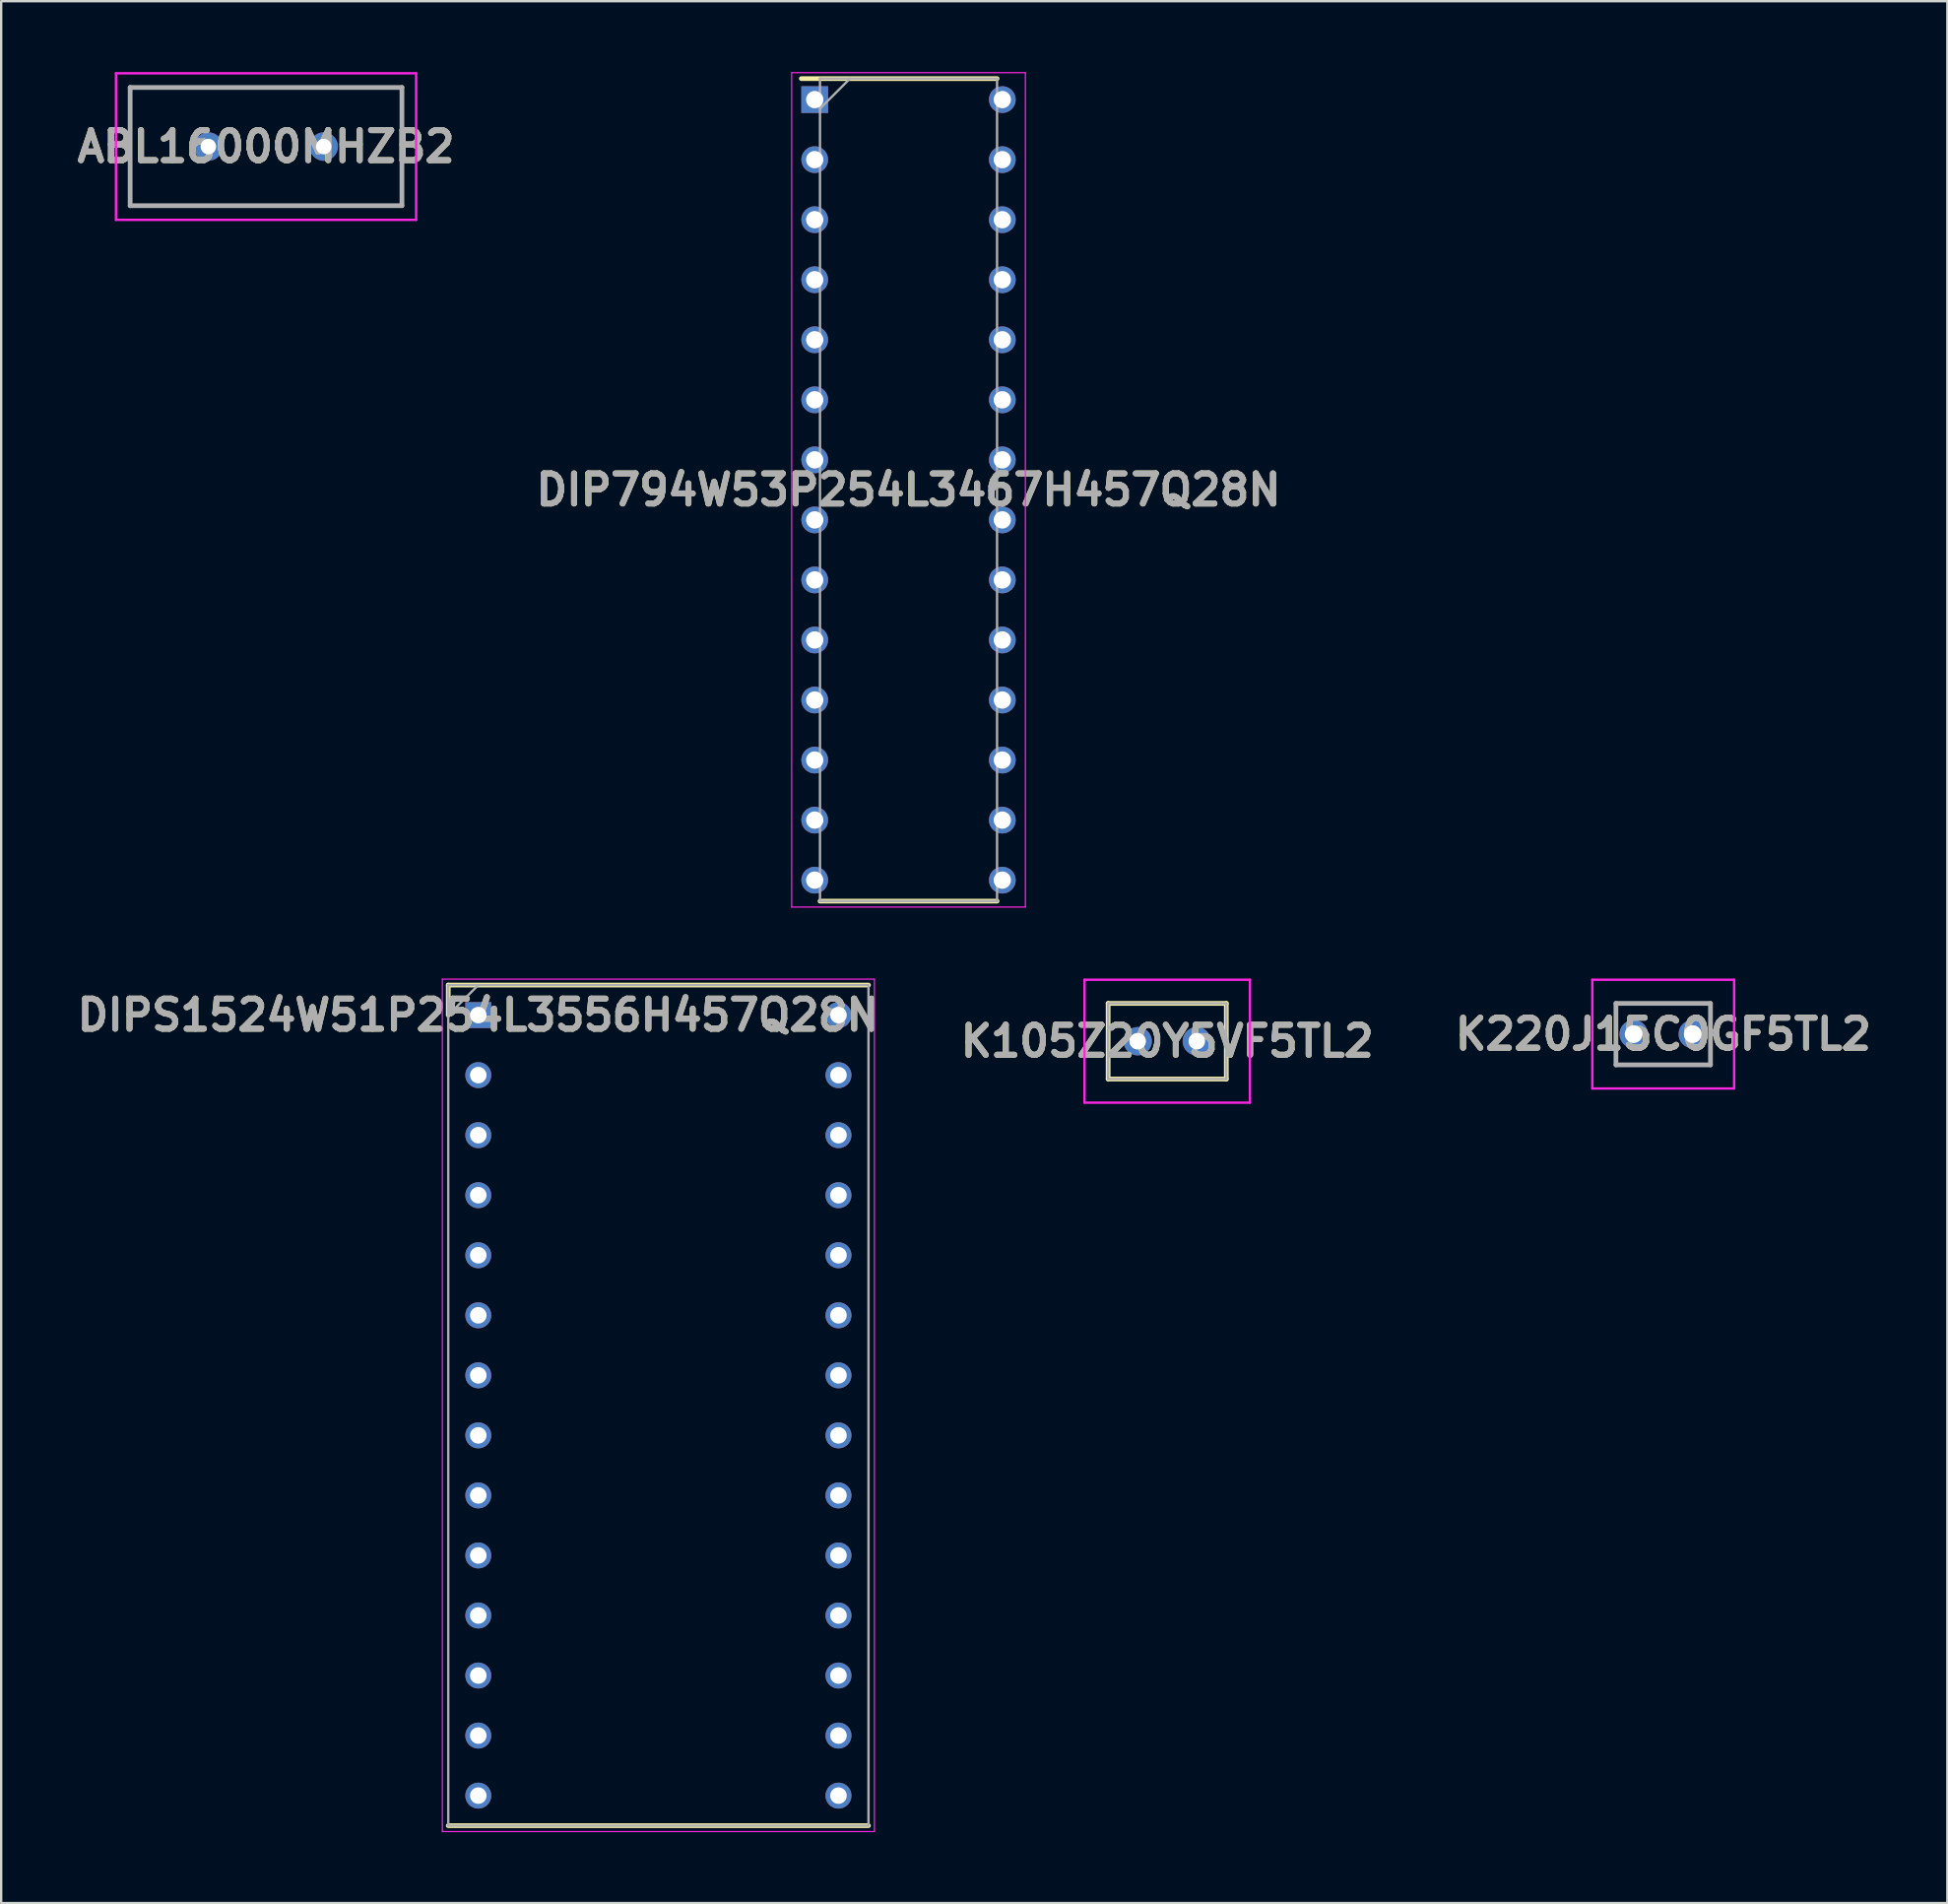
<source format=kicad_pcb>
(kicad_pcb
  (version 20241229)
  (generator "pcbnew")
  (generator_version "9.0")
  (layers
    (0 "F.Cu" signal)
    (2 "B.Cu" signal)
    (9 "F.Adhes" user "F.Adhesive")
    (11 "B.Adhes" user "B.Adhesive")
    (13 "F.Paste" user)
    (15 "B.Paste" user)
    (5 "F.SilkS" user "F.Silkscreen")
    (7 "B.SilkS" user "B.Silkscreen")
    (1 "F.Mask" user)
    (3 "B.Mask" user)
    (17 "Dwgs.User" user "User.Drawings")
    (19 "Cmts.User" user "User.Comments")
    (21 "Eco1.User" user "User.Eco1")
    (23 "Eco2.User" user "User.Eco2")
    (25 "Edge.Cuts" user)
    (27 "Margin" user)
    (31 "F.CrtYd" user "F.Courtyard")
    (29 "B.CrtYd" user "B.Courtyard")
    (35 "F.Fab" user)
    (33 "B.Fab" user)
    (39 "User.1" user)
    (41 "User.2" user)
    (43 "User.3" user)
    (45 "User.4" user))
  (footprint "DIP794W53P254L3467H457Q28N"
    (layer "F.Cu")
    (at 35.391 17.674)
    (property "Reference" "DIP794W53P254L3467H457Q28N" (at 0 0 0) (layer "F.SilkS") (effects (font (size 1.27 1.27) (thickness 0.254))))
    (attr through_hole)
    (fp_line (start -4.535 -17.399) (end 3.746 -17.399) (stroke (width 0.2) (type solid)) (layer "F.SilkS"))
    (fp_line (start -3.746 17.399) (end 3.746 17.399) (stroke (width 0.2) (type solid)) (layer "F.SilkS"))
    (fp_line (start -4.944 -17.649) (end 4.944 -17.649) (stroke (width 0.05) (type solid)) (layer "F.CrtYd"))
    (fp_line (start -4.944 17.649) (end -4.944 -17.649) (stroke (width 0.05) (type solid)) (layer "F.CrtYd"))
    (fp_line (start 4.944 -17.649) (end 4.944 17.649) (stroke (width 0.05) (type solid)) (layer "F.CrtYd"))
    (fp_line (start 4.944 17.649) (end -4.944 17.649) (stroke (width 0.05) (type solid)) (layer "F.CrtYd"))
    (fp_line (start -3.746 -17.399) (end 3.746 -17.399) (stroke (width 0.1) (type solid)) (layer "F.Fab"))
    (fp_line (start -3.746 -16.129) (end -2.476 -17.399) (stroke (width 0.1) (type solid)) (layer "F.Fab"))
    (fp_line (start -3.746 17.399) (end -3.746 -17.399) (stroke (width 0.1) (type solid)) (layer "F.Fab"))
    (fp_line (start 3.746 -17.399) (end 3.746 17.399) (stroke (width 0.1) (type solid)) (layer "F.Fab"))
    (fp_line (start 3.746 17.399) (end -3.746 17.399) (stroke (width 0.1) (type solid)) (layer "F.Fab"))
    (fp_text user "${REFERENCE}" (at 0 0 0) (layer "F.Fab") (effects (font (size 1.27 1.27) (thickness 0.254))))
    (pad "1" thru_hole rect (at -3.969 -16.51) (size 1.133 1.133) (drill 0.733) (layers "*.Cu" "*.Mask"))
    (pad "2" thru_hole circle (at -3.969 -13.97) (size 1.133 1.133) (drill 0.733) (layers "*.Cu" "*.Mask"))
    (pad "3" thru_hole circle (at -3.969 -11.43) (size 1.133 1.133) (drill 0.733) (layers "*.Cu" "*.Mask"))
    (pad "4" thru_hole circle (at -3.969 -8.89) (size 1.133 1.133) (drill 0.733) (layers "*.Cu" "*.Mask"))
    (pad "5" thru_hole circle (at -3.969 -6.35) (size 1.133 1.133) (drill 0.733) (layers "*.Cu" "*.Mask"))
    (pad "6" thru_hole circle (at -3.969 -3.81) (size 1.133 1.133) (drill 0.733) (layers "*.Cu" "*.Mask"))
    (pad "7" thru_hole circle (at -3.969 -1.27) (size 1.133 1.133) (drill 0.733) (layers "*.Cu" "*.Mask"))
    (pad "8" thru_hole circle (at -3.969 1.27) (size 1.133 1.133) (drill 0.733) (layers "*.Cu" "*.Mask"))
    (pad "9" thru_hole circle (at -3.969 3.81) (size 1.133 1.133) (drill 0.733) (layers "*.Cu" "*.Mask"))
    (pad "10" thru_hole circle (at -3.969 6.35) (size 1.133 1.133) (drill 0.733) (layers "*.Cu" "*.Mask"))
    (pad "11" thru_hole circle (at -3.969 8.89) (size 1.133 1.133) (drill 0.733) (layers "*.Cu" "*.Mask"))
    (pad "12" thru_hole circle (at -3.969 11.43) (size 1.133 1.133) (drill 0.733) (layers "*.Cu" "*.Mask"))
    (pad "13" thru_hole circle (at -3.969 13.97) (size 1.133 1.133) (drill 0.733) (layers "*.Cu" "*.Mask"))
    (pad "14" thru_hole circle (at -3.969 16.51) (size 1.133 1.133) (drill 0.733) (layers "*.Cu" "*.Mask"))
    (pad "15" thru_hole circle (at 3.969 16.51) (size 1.133 1.133) (drill 0.733) (layers "*.Cu" "*.Mask"))
    (pad "16" thru_hole circle (at 3.969 13.97) (size 1.133 1.133) (drill 0.733) (layers "*.Cu" "*.Mask"))
    (pad "17" thru_hole circle (at 3.969 11.43) (size 1.133 1.133) (drill 0.733) (layers "*.Cu" "*.Mask"))
    (pad "18" thru_hole circle (at 3.969 8.89) (size 1.133 1.133) (drill 0.733) (layers "*.Cu" "*.Mask"))
    (pad "19" thru_hole circle (at 3.969 6.35) (size 1.133 1.133) (drill 0.733) (layers "*.Cu" "*.Mask"))
    (pad "20" thru_hole circle (at 3.969 3.81) (size 1.133 1.133) (drill 0.733) (layers "*.Cu" "*.Mask"))
    (pad "21" thru_hole circle (at 3.969 1.27) (size 1.133 1.133) (drill 0.733) (layers "*.Cu" "*.Mask"))
    (pad "22" thru_hole circle (at 3.969 -1.27) (size 1.133 1.133) (drill 0.733) (layers "*.Cu" "*.Mask"))
    (pad "23" thru_hole circle (at 3.969 -3.81) (size 1.133 1.133) (drill 0.733) (layers "*.Cu" "*.Mask"))
    (pad "24" thru_hole circle (at 3.969 -6.35) (size 1.133 1.133) (drill 0.733) (layers "*.Cu" "*.Mask"))
    (pad "25" thru_hole circle (at 3.969 -8.89) (size 1.133 1.133) (drill 0.733) (layers "*.Cu" "*.Mask"))
    (pad "26" thru_hole circle (at 3.969 -11.43) (size 1.133 1.133) (drill 0.733) (layers "*.Cu" "*.Mask"))
    (pad "27" thru_hole circle (at 3.969 -13.97) (size 1.133 1.133) (drill 0.733) (layers "*.Cu" "*.Mask"))
    (pad "28" thru_hole circle (at 3.969 -16.51) (size 1.133 1.133) (drill 0.733) (layers "*.Cu" "*.Mask")))
  (footprint "K105Z20Y5VF5TL2"
    (layer "F.Cu")
    (at 45.087 40.998)
    (property "Reference" "K105Z20Y5VF5TL2" (at 1.25 0 0) (layer "F.SilkS") (effects (font (size 1.27 1.27) (thickness 0.254))))
    (attr through_hole)
    (fp_line (start -1.25 -1.6) (end 3.75 -1.6) (stroke (width 0.2) (type solid)) (layer "F.SilkS"))
    (fp_line (start -1.25 1.6) (end -1.25 -1.6) (stroke (width 0.2) (type solid)) (layer "F.SilkS"))
    (fp_line (start 3.75 -1.6) (end 3.75 1.6) (stroke (width 0.2) (type solid)) (layer "F.SilkS"))
    (fp_line (start 3.75 1.6) (end -1.25 1.6) (stroke (width 0.2) (type solid)) (layer "F.SilkS"))
    (fp_line (start -2.25 -2.6) (end 4.75 -2.6) (stroke (width 0.1) (type solid)) (layer "F.CrtYd"))
    (fp_line (start -2.25 2.6) (end -2.25 -2.6) (stroke (width 0.1) (type solid)) (layer "F.CrtYd"))
    (fp_line (start 4.75 -2.6) (end 4.75 2.6) (stroke (width 0.1) (type solid)) (layer "F.CrtYd"))
    (fp_line (start 4.75 2.6) (end -2.25 2.6) (stroke (width 0.1) (type solid)) (layer "F.CrtYd"))
    (fp_line (start -1.25 -1.6) (end 3.75 -1.6) (stroke (width 0.1) (type solid)) (layer "F.Fab"))
    (fp_line (start -1.25 1.6) (end -1.25 -1.6) (stroke (width 0.1) (type solid)) (layer "F.Fab"))
    (fp_line (start 3.75 -1.6) (end 3.75 1.6) (stroke (width 0.1) (type solid)) (layer "F.Fab"))
    (fp_line (start 3.75 1.6) (end -1.25 1.6) (stroke (width 0.1) (type solid)) (layer "F.Fab"))
    (fp_text user "${REFERENCE}" (at 1.25 0 0) (layer "F.Fab") (effects (font (size 1.27 1.27) (thickness 0.254))))
    (pad "1" thru_hole circle (at 0 0) (size 1.2 1.2) (drill 0.7) (layers "*.Cu" "*.Mask"))
    (pad "2" thru_hole circle (at 2.5 0) (size 1.2 1.2) (drill 0.7) (layers "*.Cu" "*.Mask")))
  (footprint "ABL16000MHZB2"
    (layer "F.Cu")
    (at 5.767 3.15)
    (property "Reference" "ABL16000MHZB2" (at 2.44 0 0) (layer "F.SilkS") (effects (font (size 1.27 1.27) (thickness 0.254))))
    (attr through_hole)
    (fp_line (start -3.31 -2.5) (end -3.31 2.5) (stroke (width 0.1) (type solid)) (layer "F.SilkS"))
    (fp_line (start -3.31 2.5) (end 8.19 2.5) (stroke (width 0.1) (type solid)) (layer "F.SilkS"))
    (fp_line (start 8.19 -2.5) (end -3.31 -2.5) (stroke (width 0.1) (type solid)) (layer "F.SilkS"))
    (fp_line (start 8.19 2.5) (end 8.19 -2.5) (stroke (width 0.1) (type solid)) (layer "F.SilkS"))
    (fp_line (start -3.91 -3.1) (end 8.79 -3.1) (stroke (width 0.1) (type solid)) (layer "F.CrtYd"))
    (fp_line (start -3.91 3.1) (end -3.91 -3.1) (stroke (width 0.1) (type solid)) (layer "F.CrtYd"))
    (fp_line (start 8.79 -3.1) (end 8.79 3.1) (stroke (width 0.1) (type solid)) (layer "F.CrtYd"))
    (fp_line (start 8.79 3.1) (end -3.91 3.1) (stroke (width 0.1) (type solid)) (layer "F.CrtYd"))
    (fp_line (start -3.31 -2.5) (end -3.31 2.5) (stroke (width 0.2) (type solid)) (layer "F.Fab"))
    (fp_line (start -3.31 2.5) (end 8.19 2.5) (stroke (width 0.2) (type solid)) (layer "F.Fab"))
    (fp_line (start 8.19 -2.5) (end -3.31 -2.5) (stroke (width 0.2) (type solid)) (layer "F.Fab"))
    (fp_line (start 8.19 2.5) (end 8.19 -2.5) (stroke (width 0.2) (type solid)) (layer "F.Fab"))
    (fp_text user "${REFERENCE}" (at 2.44 0 0) (layer "F.Fab") (effects (font (size 1.27 1.27) (thickness 0.254))))
    (pad "1" thru_hole circle (at 0 0) (size 1.205 1.205) (drill 0.657) (layers "*.Cu" "*.Mask"))
    (pad "2" thru_hole circle (at 4.88 0) (size 1.205 1.205) (drill 0.657) (layers "*.Cu" "*.Mask")))
  (footprint "K220J15C0GF5TL2"
    (layer "F.Cu")
    (at 66.073 40.698)
    (property "Reference" "K220J15C0GF5TL2" (at 1.25 0 0) (layer "F.SilkS") (effects (font (size 1.27 1.27) (thickness 0.254))))
    (attr through_hole)
    (fp_line (start -0.75 -1.3) (end 3.25 -1.3) (stroke (width 0.1) (type solid)) (layer "F.SilkS"))
    (fp_line (start -0.75 -0.6) (end -0.75 -1.3) (stroke (width 0.1) (type solid)) (layer "F.SilkS"))
    (fp_line (start -0.75 0.6) (end -0.75 1.3) (stroke (width 0.1) (type solid)) (layer "F.SilkS"))
    (fp_line (start -0.75 1.3) (end 3.25 1.3) (stroke (width 0.1) (type solid)) (layer "F.SilkS"))
    (fp_line (start 3.25 -1.3) (end 3.25 -0.6) (stroke (width 0.1) (type solid)) (layer "F.SilkS"))
    (fp_line (start 3.25 1.3) (end 3.25 0.6) (stroke (width 0.1) (type solid)) (layer "F.SilkS"))
    (fp_line (start -1.75 -2.3) (end 4.25 -2.3) (stroke (width 0.1) (type solid)) (layer "F.CrtYd"))
    (fp_line (start -1.75 2.3) (end -1.75 -2.3) (stroke (width 0.1) (type solid)) (layer "F.CrtYd"))
    (fp_line (start 4.25 -2.3) (end 4.25 2.3) (stroke (width 0.1) (type solid)) (layer "F.CrtYd"))
    (fp_line (start 4.25 2.3) (end -1.75 2.3) (stroke (width 0.1) (type solid)) (layer "F.CrtYd"))
    (fp_line (start -0.75 -1.3) (end 3.25 -1.3) (stroke (width 0.2) (type solid)) (layer "F.Fab"))
    (fp_line (start -0.75 1.3) (end -0.75 -1.3) (stroke (width 0.2) (type solid)) (layer "F.Fab"))
    (fp_line (start 3.25 -1.3) (end 3.25 1.3) (stroke (width 0.2) (type solid)) (layer "F.Fab"))
    (fp_line (start 3.25 1.3) (end -0.75 1.3) (stroke (width 0.2) (type solid)) (layer "F.Fab"))
    (fp_text user "${REFERENCE}" (at 1.25 0 0) (layer "F.Fab") (effects (font (size 1.27 1.27) (thickness 0.254))))
    (pad "1" thru_hole circle (at 0 0) (size 1.2 1.2) (drill 0.75) (layers "*.Cu" "*.Mask"))
    (pad "2" thru_hole circle (at 2.5 0) (size 1.2 1.2) (drill 0.75) (layers "*.Cu" "*.Mask")))
  (footprint "DIPS1524W51P254L3556H457Q28N"
    (layer "F.Cu")
    (at 17.187 39.893)
    (property "Reference" "DIPS1524W51P254L3556H457Q28N" (at 0 0 0) (layer "F.SilkS") (effects (font (size 1.27 1.27) (thickness 0.254))))
    (attr through_hole)
    (fp_line (start -1.27 -1.27) (end -1.27 0) (stroke (width 0.2) (type solid)) (layer "F.SilkS"))
    (fp_line (start -1.27 34.29) (end 16.51 34.29) (stroke (width 0.2) (type solid)) (layer "F.SilkS"))
    (fp_line (start 16.51 -1.27) (end -1.27 -1.27) (stroke (width 0.2) (type solid)) (layer "F.SilkS"))
    (fp_line (start -1.52 -1.52) (end 16.76 -1.52) (stroke (width 0.05) (type solid)) (layer "F.CrtYd"))
    (fp_line (start -1.52 34.54) (end -1.52 -1.52) (stroke (width 0.05) (type solid)) (layer "F.CrtYd"))
    (fp_line (start 16.76 -1.52) (end 16.76 34.54) (stroke (width 0.05) (type solid)) (layer "F.CrtYd"))
    (fp_line (start 16.76 34.54) (end -1.52 34.54) (stroke (width 0.05) (type solid)) (layer "F.CrtYd"))
    (fp_line (start -1.27 -1.27) (end 16.51 -1.27) (stroke (width 0.1) (type solid)) (layer "F.Fab"))
    (fp_line (start -1.27 0) (end 0 -1.27) (stroke (width 0.1) (type solid)) (layer "F.Fab"))
    (fp_line (start -1.27 34.29) (end -1.27 -1.27) (stroke (width 0.1) (type solid)) (layer "F.Fab"))
    (fp_line (start 16.51 -1.27) (end 16.51 34.29) (stroke (width 0.1) (type solid)) (layer "F.Fab"))
    (fp_line (start 16.51 34.29) (end -1.27 34.29) (stroke (width 0.1) (type solid)) (layer "F.Fab"))
    (fp_text user "${REFERENCE}" (at 0 0 0) (layer "F.Fab") (effects (font (size 1.27 1.27) (thickness 0.254))))
    (pad "1" thru_hole rect (at 0 0) (size 1.1 1.1) (drill 0.7) (layers "*.Cu" "*.Mask"))
    (pad "2" thru_hole circle (at 0 2.54) (size 1.1 1.1) (drill 0.7) (layers "*.Cu" "*.Mask"))
    (pad "3" thru_hole circle (at 0 5.08) (size 1.1 1.1) (drill 0.7) (layers "*.Cu" "*.Mask"))
    (pad "4" thru_hole circle (at 0 7.62) (size 1.1 1.1) (drill 0.7) (layers "*.Cu" "*.Mask"))
    (pad "5" thru_hole circle (at 0 10.16) (size 1.1 1.1) (drill 0.7) (layers "*.Cu" "*.Mask"))
    (pad "6" thru_hole circle (at 0 12.7) (size 1.1 1.1) (drill 0.7) (layers "*.Cu" "*.Mask"))
    (pad "7" thru_hole circle (at 0 15.24) (size 1.1 1.1) (drill 0.7) (layers "*.Cu" "*.Mask"))
    (pad "8" thru_hole circle (at 0 17.78) (size 1.1 1.1) (drill 0.7) (layers "*.Cu" "*.Mask"))
    (pad "9" thru_hole circle (at 0 20.32) (size 1.1 1.1) (drill 0.7) (layers "*.Cu" "*.Mask"))
    (pad "10" thru_hole circle (at 0 22.86) (size 1.1 1.1) (drill 0.7) (layers "*.Cu" "*.Mask"))
    (pad "11" thru_hole circle (at 0 25.4) (size 1.1 1.1) (drill 0.7) (layers "*.Cu" "*.Mask"))
    (pad "12" thru_hole circle (at 0 27.94) (size 1.1 1.1) (drill 0.7) (layers "*.Cu" "*.Mask"))
    (pad "13" thru_hole circle (at 0 30.48) (size 1.1 1.1) (drill 0.7) (layers "*.Cu" "*.Mask"))
    (pad "14" thru_hole circle (at 0 33.02) (size 1.1 1.1) (drill 0.7) (layers "*.Cu" "*.Mask"))
    (pad "15" thru_hole circle (at 15.24 33.02) (size 1.1 1.1) (drill 0.7) (layers "*.Cu" "*.Mask"))
    (pad "16" thru_hole circle (at 15.24 30.48) (size 1.1 1.1) (drill 0.7) (layers "*.Cu" "*.Mask"))
    (pad "17" thru_hole circle (at 15.24 27.94) (size 1.1 1.1) (drill 0.7) (layers "*.Cu" "*.Mask"))
    (pad "18" thru_hole circle (at 15.24 25.4) (size 1.1 1.1) (drill 0.7) (layers "*.Cu" "*.Mask"))
    (pad "19" thru_hole circle (at 15.24 22.86) (size 1.1 1.1) (drill 0.7) (layers "*.Cu" "*.Mask"))
    (pad "20" thru_hole circle (at 15.24 20.32) (size 1.1 1.1) (drill 0.7) (layers "*.Cu" "*.Mask"))
    (pad "21" thru_hole circle (at 15.24 17.78) (size 1.1 1.1) (drill 0.7) (layers "*.Cu" "*.Mask"))
    (pad "22" thru_hole circle (at 15.24 15.24) (size 1.1 1.1) (drill 0.7) (layers "*.Cu" "*.Mask"))
    (pad "23" thru_hole circle (at 15.24 12.7) (size 1.1 1.1) (drill 0.7) (layers "*.Cu" "*.Mask"))
    (pad "24" thru_hole circle (at 15.24 10.16) (size 1.1 1.1) (drill 0.7) (layers "*.Cu" "*.Mask"))
    (pad "25" thru_hole circle (at 15.24 7.62) (size 1.1 1.1) (drill 0.7) (layers "*.Cu" "*.Mask"))
    (pad "26" thru_hole circle (at 15.24 5.08) (size 1.1 1.1) (drill 0.7) (layers "*.Cu" "*.Mask"))
    (pad "27" thru_hole circle (at 15.24 2.54) (size 1.1 1.1) (drill 0.7) (layers "*.Cu" "*.Mask"))
    (pad "28" thru_hole circle (at 15.24 0) (size 1.1 1.1) (drill 0.7) (layers "*.Cu" "*.Mask")))
  (gr_rect
    (start -3 -3)
    (end 79.346 77.458)
    (stroke (width 0.1) (type default))
    (fill no)
    (layer "Edge.Cuts")))
</source>
